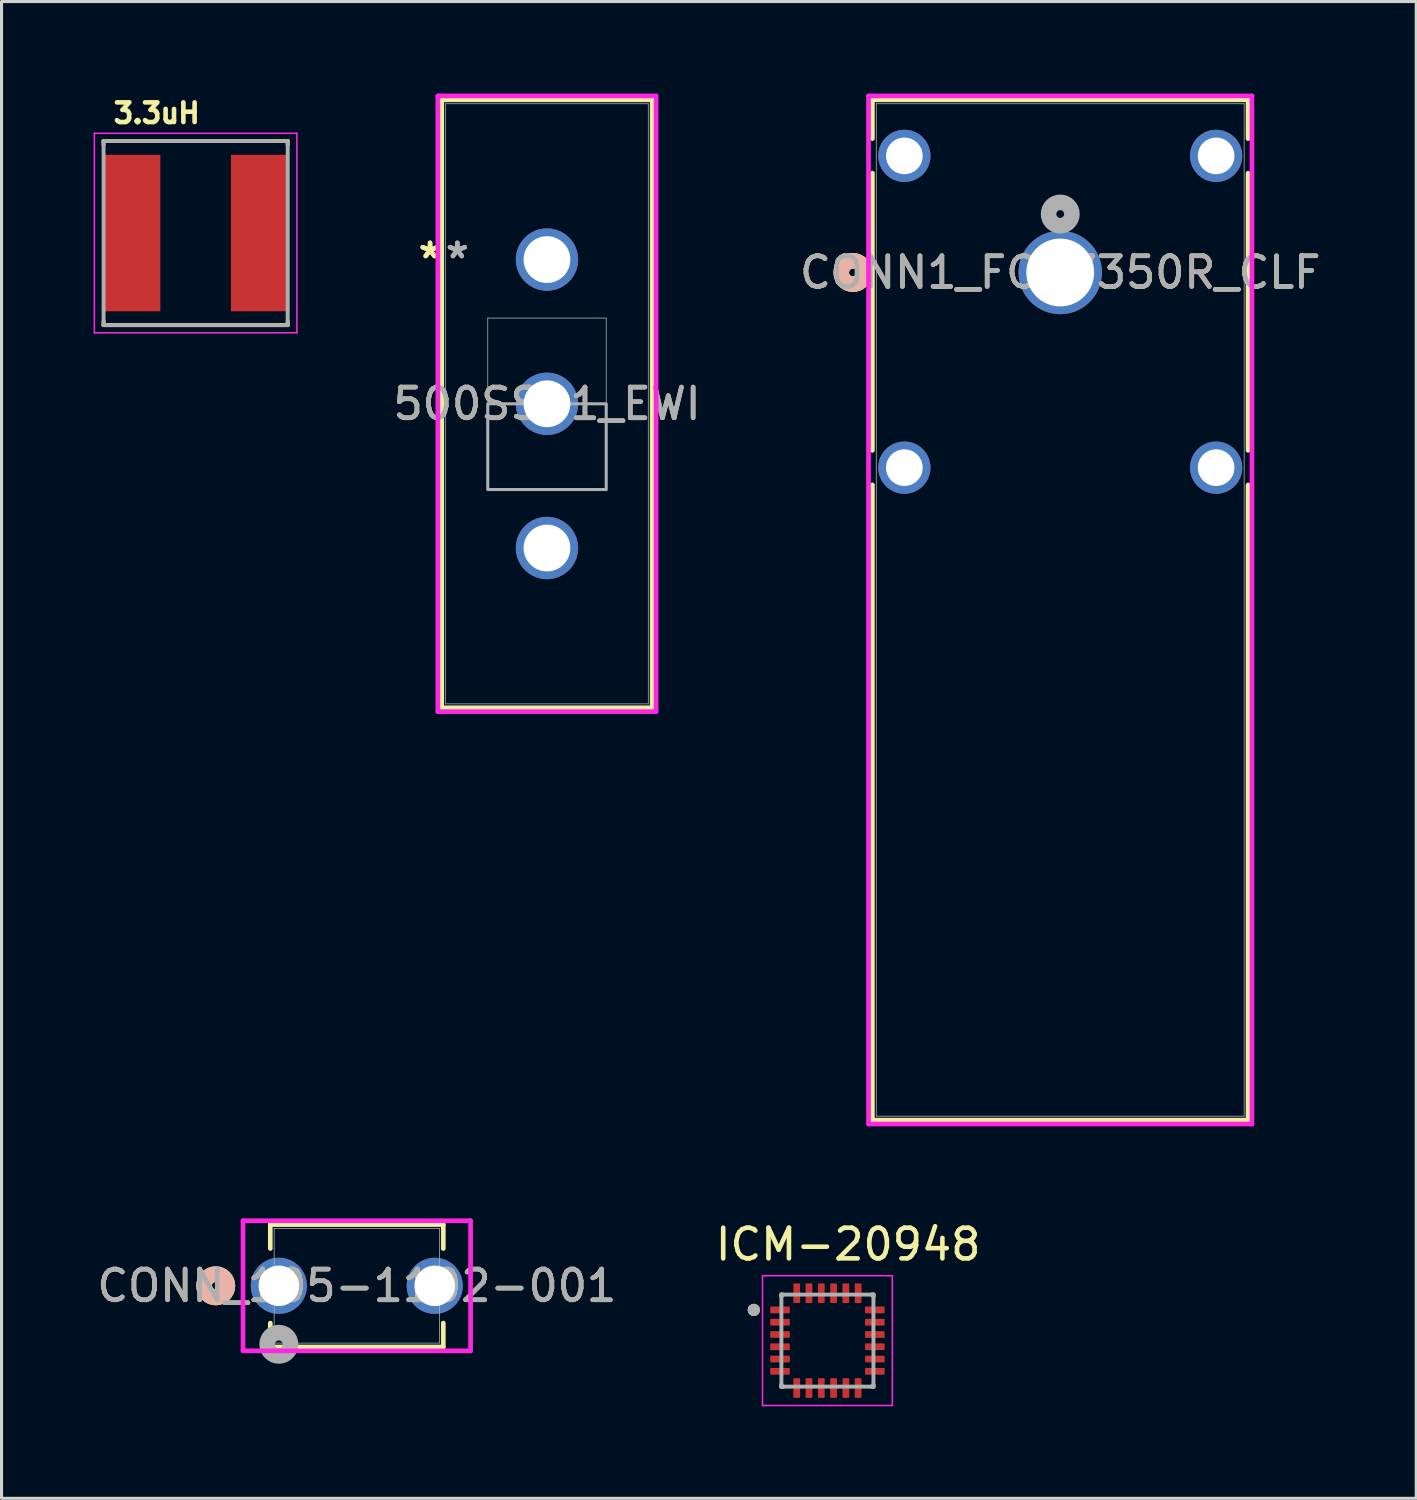
<source format=kicad_pcb>
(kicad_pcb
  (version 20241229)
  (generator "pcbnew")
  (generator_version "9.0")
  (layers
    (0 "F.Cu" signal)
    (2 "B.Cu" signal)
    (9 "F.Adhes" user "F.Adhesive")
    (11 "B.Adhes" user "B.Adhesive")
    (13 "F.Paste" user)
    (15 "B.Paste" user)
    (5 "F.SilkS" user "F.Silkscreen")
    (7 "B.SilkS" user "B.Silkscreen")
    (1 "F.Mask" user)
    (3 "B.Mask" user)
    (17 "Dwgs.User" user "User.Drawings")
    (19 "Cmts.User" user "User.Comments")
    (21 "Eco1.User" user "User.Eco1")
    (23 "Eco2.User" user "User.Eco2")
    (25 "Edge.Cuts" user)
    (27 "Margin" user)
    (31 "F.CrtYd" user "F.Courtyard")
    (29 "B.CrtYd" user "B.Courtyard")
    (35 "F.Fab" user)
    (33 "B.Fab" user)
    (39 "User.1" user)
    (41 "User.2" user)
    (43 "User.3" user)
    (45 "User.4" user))
  (footprint "CONN_105-1102-001"
    (layer "F.Cu")
    (at 6.037 38.852)
    (property "Reference" "CONN_105-1102-001" (at 2.54 0 0) (unlocked yes) (layer "F.SilkS") (effects (font (size 1 1) (thickness 0.15))))
    (attr through_hole)
    (fp_line (start -0.279 -1.994) (end -0.279 -1.215) (stroke (width 0.152) (type solid)) (layer "F.SilkS"))
    (fp_line (start -0.279 1.215) (end -0.279 1.994) (stroke (width 0.152) (type solid)) (layer "F.SilkS"))
    (fp_line (start -0.279 1.994) (end 5.359 1.994) (stroke (width 0.152) (type solid)) (layer "F.SilkS"))
    (fp_line (start 5.359 -1.994) (end -0.279 -1.994) (stroke (width 0.152) (type solid)) (layer "F.SilkS"))
    (fp_line (start 5.359 -1.215) (end 5.359 -1.994) (stroke (width 0.152) (type solid)) (layer "F.SilkS"))
    (fp_line (start 5.359 1.994) (end 5.359 1.215) (stroke (width 0.152) (type solid)) (layer "F.SilkS"))
    (fp_circle (center -2.057 0) (end -1.676 0) (stroke (width 0.508) (type solid)) (fill no) (layer "F.SilkS"))
    (fp_circle (center -2.057 0) (end -1.676 0) (stroke (width 0.508) (type solid)) (fill no) (layer "B.SilkS"))
    (fp_line (start -1.168 -2.121) (end -1.168 2.121) (stroke (width 0.152) (type solid)) (layer "F.CrtYd"))
    (fp_line (start -1.168 2.121) (end 6.248 2.121) (stroke (width 0.152) (type solid)) (layer "F.CrtYd"))
    (fp_line (start 6.248 -2.121) (end -1.168 -2.121) (stroke (width 0.152) (type solid)) (layer "F.CrtYd"))
    (fp_line (start 6.248 2.121) (end 6.248 -2.121) (stroke (width 0.152) (type solid)) (layer "F.CrtYd"))
    (fp_line (start -0.152 -1.867) (end -0.152 1.867) (stroke (width 0.025) (type solid)) (layer "F.Fab"))
    (fp_line (start -0.152 1.867) (end 5.232 1.867) (stroke (width 0.025) (type solid)) (layer "F.Fab"))
    (fp_line (start 5.232 -1.867) (end -0.152 -1.867) (stroke (width 0.025) (type solid)) (layer "F.Fab"))
    (fp_line (start 5.232 1.867) (end 5.232 -1.867) (stroke (width 0.025) (type solid)) (layer "F.Fab"))
    (fp_circle (center 0 1.905) (end 0.381 1.905) (stroke (width 0.508) (type solid)) (fill no) (layer "F.Fab"))
    (fp_text user "${REFERENCE}" (at 2.54 0 0) (unlocked yes) (layer "F.Fab") (effects (font (size 1 1) (thickness 0.15))))
    (pad "1" thru_hole circle (at 0 0) (size 1.829 1.829) (drill 1.321) (layers "*.Cu" "*.Mask"))
    (pad "2" thru_hole circle (at 5.08 0) (size 1.829 1.829) (drill 1.321) (layers "*.Cu" "*.Mask")))
  (footprint "500SSP1_EWI"
    (layer "F.Cu")
    (at 14.775 5.409)
    (property "Reference" "500SSP1_EWI" (at 0 4.7 0) (unlocked yes) (layer "F.SilkS") (effects (font (size 1 1) (thickness 0.15))))
    (attr through_hole)
    (fp_line (start -3.429 -5.206) (end -3.429 14.606) (stroke (width 0.152) (type solid)) (layer "F.SilkS"))
    (fp_line (start -3.429 14.606) (end 3.429 14.606) (stroke (width 0.152) (type solid)) (layer "F.SilkS"))
    (fp_line (start 3.429 -5.206) (end -3.429 -5.206) (stroke (width 0.152) (type solid)) (layer "F.SilkS"))
    (fp_line (start 3.429 14.606) (end 3.429 -5.206) (stroke (width 0.152) (type solid)) (layer "F.SilkS"))
    (fp_line (start -3.556 -5.333) (end -3.556 14.733) (stroke (width 0.152) (type solid)) (layer "F.CrtYd"))
    (fp_line (start -3.556 14.733) (end 3.556 14.733) (stroke (width 0.152) (type solid)) (layer "F.CrtYd"))
    (fp_line (start 3.556 -5.333) (end -3.556 -5.333) (stroke (width 0.152) (type solid)) (layer "F.CrtYd"))
    (fp_line (start 3.556 14.733) (end 3.556 -5.333) (stroke (width 0.152) (type solid)) (layer "F.CrtYd"))
    (fp_line (start -3.302 -5.079) (end -3.302 14.479) (stroke (width 0.025) (type solid)) (layer "F.Fab"))
    (fp_line (start -3.302 14.479) (end 3.302 14.479) (stroke (width 0.025) (type solid)) (layer "F.Fab"))
    (fp_line (start -1.93 1.906) (end 1.93 1.906) (stroke (width 0.025) (type solid)) (layer "F.Fab"))
    (fp_line (start -1.93 7.494) (end -1.93 1.906) (stroke (width 0.025) (type solid)) (layer "F.Fab"))
    (fp_line (start 1.93 1.906) (end 1.93 7.494) (stroke (width 0.025) (type solid)) (layer "F.Fab"))
    (fp_line (start 1.93 7.494) (end -1.93 7.494) (stroke (width 0.025) (type solid)) (layer "F.Fab"))
    (fp_line (start 3.302 -5.079) (end -3.302 -5.079) (stroke (width 0.025) (type solid)) (layer "F.Fab"))
    (fp_line (start 3.302 14.479) (end 3.302 -5.079) (stroke (width 0.025) (type solid)) (layer "F.Fab"))
    (fp_poly (pts (xy -1.93 7.494) (xy -1.93 4.7) (xy 1.93 4.7) (xy 1.93 7.494)) (stroke (width 0.1) (type solid)) (fill no) (layer "F.Fab"))
    (fp_text user "*" (at -3.81 0 0) (unlocked yes) (layer "F.SilkS") (effects (font (size 1 1) (thickness 0.15))))
    (fp_text user "*" (at -3.81 0 0) (layer "F.SilkS") (effects (font (size 1 1) (thickness 0.15))))
    (fp_text user "*" (at -2.921 0 0) (layer "F.Fab") (effects (font (size 1 1) (thickness 0.15))))
    (fp_text user "*" (at -2.921 0 0) (unlocked yes) (layer "F.Fab") (effects (font (size 1 1) (thickness 0.15))))
    (fp_text user "${REFERENCE}" (at 0 4.7 0) (unlocked yes) (layer "F.Fab") (effects (font (size 1 1) (thickness 0.15))))
    (pad "1" thru_hole circle (at 0 0) (size 2.032 2.032) (drill 1.524) (layers "*.Cu" "*.Mask"))
    (pad "2" thru_hole circle (at 0 4.7) (size 2.032 2.032) (drill 1.524) (layers "*.Cu" "*.Mask"))
    (pad "3" thru_hole circle (at 0 9.4) (size 2.032 2.032) (drill 1.524) (layers "*.Cu" "*.Mask")))
  (footprint "CONN1_FCR7350R_CLF"
    (layer "F.Cu")
    (at 31.501 5.83)
    (property "Reference" "CONN1_FCR7350R_CLF" (at 0 0 0) (unlocked yes) (layer "F.SilkS") (effects (font (size 1 1) (thickness 0.15))))
    (attr through_hole)
    (fp_line (start -6.121 -5.627) (end -6.121 -4.363) (stroke (width 0.152) (type solid)) (layer "F.SilkS"))
    (fp_line (start -6.121 -3.237) (end -6.121 5.797) (stroke (width 0.152) (type solid)) (layer "F.SilkS"))
    (fp_line (start -6.121 6.923) (end -6.121 27.622) (stroke (width 0.152) (type solid)) (layer "F.SilkS"))
    (fp_line (start -6.121 27.622) (end 6.121 27.622) (stroke (width 0.152) (type solid)) (layer "F.SilkS"))
    (fp_line (start 6.121 -5.627) (end -6.121 -5.627) (stroke (width 0.152) (type solid)) (layer "F.SilkS"))
    (fp_line (start 6.121 -4.363) (end 6.121 -5.627) (stroke (width 0.152) (type solid)) (layer "F.SilkS"))
    (fp_line (start 6.121 5.797) (end 6.121 -3.237) (stroke (width 0.152) (type solid)) (layer "F.SilkS"))
    (fp_line (start 6.121 27.622) (end 6.121 6.923) (stroke (width 0.152) (type solid)) (layer "F.SilkS"))
    (fp_circle (center -6.756 0) (end -6.375 0) (stroke (width 0.508) (type solid)) (fill no) (layer "F.SilkS"))
    (fp_circle (center -6.756 0) (end -6.375 0) (stroke (width 0.508) (type solid)) (fill no) (layer "B.SilkS"))
    (fp_line (start -6.248 -5.754) (end -6.248 27.749) (stroke (width 0.152) (type solid)) (layer "F.CrtYd"))
    (fp_line (start -6.248 27.749) (end 6.248 27.749) (stroke (width 0.152) (type solid)) (layer "F.CrtYd"))
    (fp_line (start 6.248 -5.754) (end -6.248 -5.754) (stroke (width 0.152) (type solid)) (layer "F.CrtYd"))
    (fp_line (start 6.248 27.749) (end 6.248 -5.754) (stroke (width 0.152) (type solid)) (layer "F.CrtYd"))
    (fp_line (start -5.994 -5.5) (end -5.994 27.495) (stroke (width 0.025) (type solid)) (layer "F.Fab"))
    (fp_line (start -5.994 27.495) (end 5.994 27.495) (stroke (width 0.025) (type solid)) (layer "F.Fab"))
    (fp_line (start 5.994 -5.5) (end -5.994 -5.5) (stroke (width 0.025) (type solid)) (layer "F.Fab"))
    (fp_line (start 5.994 27.495) (end 5.994 -5.5) (stroke (width 0.025) (type solid)) (layer "F.Fab"))
    (fp_circle (center 0 -1.905) (end 0.381 -1.905) (stroke (width 0.508) (type solid)) (fill no) (layer "F.Fab"))
    (fp_text user "${REFERENCE}" (at 0 0 0) (unlocked yes) (layer "F.Fab") (effects (font (size 1 1) (thickness 0.15))))
    (pad "1" thru_hole circle (at 0 0) (size 2.718 2.718) (drill 2.21) (layers "*.Cu" "*.Mask"))
    (pad "2" thru_hole circle (at -5.08 -3.8 90) (size 1.702 1.702) (drill 1.194) (layers "*.Cu" "*.Mask"))
    (pad "3" thru_hole circle (at 5.08 -3.8 90) (size 1.702 1.702) (drill 1.194) (layers "*.Cu" "*.Mask"))
    (pad "4" thru_hole circle (at -5.08 6.36 90) (size 1.702 1.702) (drill 1.194) (layers "*.Cu" "*.Mask"))
    (pad "5" thru_hole circle (at 5.08 6.36 90) (size 1.702 1.702) (drill 1.194) (layers "*.Cu" "*.Mask")))
  (footprint "ICM-20948"
    (layer "F.Cu")
    (at 23.914 40.638)
    (property "Reference" "ICM-20948" (at 0.675 -3.135 0) (layer "F.SilkS") (effects (font (size 1 1) (thickness 0.15))))
    (attr smd)
    (fp_line (start -1.5 -1.5) (end -1.5 -1.43) (stroke (width 0.127) (type solid)) (layer "F.SilkS"))
    (fp_line (start -1.5 1.43) (end -1.5 1.5) (stroke (width 0.127) (type solid)) (layer "F.SilkS"))
    (fp_line (start -1.5 1.5) (end -1.43 1.5) (stroke (width 0.127) (type solid)) (layer "F.SilkS"))
    (fp_line (start -1.43 -1.5) (end -1.5 -1.5) (stroke (width 0.127) (type solid)) (layer "F.SilkS"))
    (fp_line (start 1.43 1.5) (end 1.5 1.5) (stroke (width 0.127) (type solid)) (layer "F.SilkS"))
    (fp_line (start 1.5 -1.5) (end 1.43 -1.5) (stroke (width 0.127) (type solid)) (layer "F.SilkS"))
    (fp_line (start 1.5 -1.43) (end 1.5 -1.5) (stroke (width 0.127) (type solid)) (layer "F.SilkS"))
    (fp_line (start 1.5 1.5) (end 1.5 1.43) (stroke (width 0.127) (type solid)) (layer "F.SilkS"))
    (fp_circle (center -2.4 -1) (end -2.3 -1) (stroke (width 0.2) (type solid)) (fill no) (layer "F.SilkS"))
    (fp_line (start -2.115 -2.115) (end 2.115 -2.115) (stroke (width 0.05) (type solid)) (layer "F.CrtYd"))
    (fp_line (start -2.115 2.115) (end -2.115 -2.115) (stroke (width 0.05) (type solid)) (layer "F.CrtYd"))
    (fp_line (start 2.115 -2.115) (end 2.115 2.115) (stroke (width 0.05) (type solid)) (layer "F.CrtYd"))
    (fp_line (start 2.115 2.115) (end -2.115 2.115) (stroke (width 0.05) (type solid)) (layer "F.CrtYd"))
    (fp_line (start -1.5 -1.5) (end 1.5 -1.5) (stroke (width 0.127) (type solid)) (layer "F.Fab"))
    (fp_line (start -1.5 1.5) (end -1.5 -1.5) (stroke (width 0.127) (type solid)) (layer "F.Fab"))
    (fp_line (start 1.5 -1.5) (end 1.5 1.5) (stroke (width 0.127) (type solid)) (layer "F.Fab"))
    (fp_line (start 1.5 1.5) (end -1.5 1.5) (stroke (width 0.127) (type solid)) (layer "F.Fab"))
    (fp_circle (center -2.4 -1) (end -2.3 -1) (stroke (width 0.2) (type solid)) (fill no) (layer "F.Fab"))
    (pad "1" smd roundrect (at -1.545 -1) (size 0.64 0.22) (layers "F.Cu" "F.Mask" "F.Paste") (roundrect_rratio 0.125))
    (pad "2" smd roundrect (at -1.545 -0.6) (size 0.64 0.22) (layers "F.Cu" "F.Mask" "F.Paste") (roundrect_rratio 0.125))
    (pad "3" smd roundrect (at -1.545 -0.2) (size 0.64 0.22) (layers "F.Cu" "F.Mask" "F.Paste") (roundrect_rratio 0.125))
    (pad "4" smd roundrect (at -1.545 0.2) (size 0.64 0.22) (layers "F.Cu" "F.Mask" "F.Paste") (roundrect_rratio 0.125))
    (pad "5" smd roundrect (at -1.545 0.6) (size 0.64 0.22) (layers "F.Cu" "F.Mask" "F.Paste") (roundrect_rratio 0.125))
    (pad "6" smd roundrect (at -1.545 1) (size 0.64 0.22) (layers "F.Cu" "F.Mask" "F.Paste") (roundrect_rratio 0.125))
    (pad "7" smd roundrect (at -1 1.545) (size 0.22 0.64) (layers "F.Cu" "F.Mask" "F.Paste") (roundrect_rratio 0.125))
    (pad "8" smd roundrect (at -0.6 1.545) (size 0.22 0.64) (layers "F.Cu" "F.Mask" "F.Paste") (roundrect_rratio 0.125))
    (pad "9" smd roundrect (at -0.2 1.545) (size 0.22 0.64) (layers "F.Cu" "F.Mask" "F.Paste") (roundrect_rratio 0.125))
    (pad "10" smd roundrect (at 0.2 1.545) (size 0.22 0.64) (layers "F.Cu" "F.Mask" "F.Paste") (roundrect_rratio 0.125))
    (pad "11" smd roundrect (at 0.6 1.545) (size 0.22 0.64) (layers "F.Cu" "F.Mask" "F.Paste") (roundrect_rratio 0.125))
    (pad "12" smd roundrect (at 1 1.545) (size 0.22 0.64) (layers "F.Cu" "F.Mask" "F.Paste") (roundrect_rratio 0.125))
    (pad "13" smd roundrect (at 1.545 1) (size 0.64 0.22) (layers "F.Cu" "F.Mask" "F.Paste") (roundrect_rratio 0.125))
    (pad "14" smd roundrect (at 1.545 0.6) (size 0.64 0.22) (layers "F.Cu" "F.Mask" "F.Paste") (roundrect_rratio 0.125))
    (pad "15" smd roundrect (at 1.545 0.2) (size 0.64 0.22) (layers "F.Cu" "F.Mask" "F.Paste") (roundrect_rratio 0.125))
    (pad "16" smd roundrect (at 1.545 -0.2) (size 0.64 0.22) (layers "F.Cu" "F.Mask" "F.Paste") (roundrect_rratio 0.125))
    (pad "17" smd roundrect (at 1.545 -0.6) (size 0.64 0.22) (layers "F.Cu" "F.Mask" "F.Paste") (roundrect_rratio 0.125))
    (pad "18" smd roundrect (at 1.545 -1) (size 0.64 0.22) (layers "F.Cu" "F.Mask" "F.Paste") (roundrect_rratio 0.125))
    (pad "19" smd roundrect (at 1 -1.545) (size 0.22 0.64) (layers "F.Cu" "F.Mask" "F.Paste") (roundrect_rratio 0.125))
    (pad "20" smd roundrect (at 0.6 -1.545) (size 0.22 0.64) (layers "F.Cu" "F.Mask" "F.Paste") (roundrect_rratio 0.125))
    (pad "21" smd roundrect (at 0.2 -1.545) (size 0.22 0.64) (layers "F.Cu" "F.Mask" "F.Paste") (roundrect_rratio 0.125))
    (pad "22" smd roundrect (at -0.2 -1.545) (size 0.22 0.64) (layers "F.Cu" "F.Mask" "F.Paste") (roundrect_rratio 0.125))
    (pad "23" smd roundrect (at -0.6 -1.545) (size 0.22 0.64) (layers "F.Cu" "F.Mask" "F.Paste") (roundrect_rratio 0.125))
    (pad "24" smd roundrect (at -1 -1.545) (size 0.22 0.64) (layers "F.Cu" "F.Mask" "F.Paste") (roundrect_rratio 0.125))
    (zone (net_name "") (layer "F.Cu") (hatch full 0.508) (connect_pads) (min_thickness 0.01) (filled_areas_thickness no) (keepout (tracks not_allowed) (vias not_allowed) (pads not_allowed) (copperpour not_allowed) (footprints allowed)) (placement (enabled no)) (fill) (polygon (pts (xy 23.064 39.868) (xy 24.764 39.868) (xy 24.764 41.408) (xy 23.064 41.408))))
    (zone (net_name "") (layers "F.Cu" "B.Cu") (hatch full 0.508) (connect_pads) (min_thickness 0.01) (filled_areas_thickness no) (keepout (tracks allowed) (vias not_allowed) (pads allowed) (copperpour allowed) (footprints allowed)) (placement (enabled no)) (fill) (polygon (pts (xy 23.064 39.868) (xy 24.764 39.868) (xy 24.764 41.408) (xy 23.064 41.408)))))
  (footprint "3.3uH"
    (layer "F.Cu")
    (at 3.325 4.544)
    (property "Reference" "3.3uH" (at -1.268 -3.906 0) (layer "F.SilkS") (effects (font (size 0.64 0.64) (thickness 0.15))))
    (attr smd)
    (fp_line (start -3 -3) (end -3 -2.87) (stroke (width 0.127) (type solid)) (layer "F.SilkS"))
    (fp_line (start -3 -3) (end 3 -3) (stroke (width 0.127) (type solid)) (layer "F.SilkS"))
    (fp_line (start -3 3) (end -3 2.87) (stroke (width 0.127) (type solid)) (layer "F.SilkS"))
    (fp_line (start -3 3) (end 3 3) (stroke (width 0.127) (type solid)) (layer "F.SilkS"))
    (fp_line (start 3 -3) (end 3 -2.87) (stroke (width 0.127) (type solid)) (layer "F.SilkS"))
    (fp_line (start 3 3) (end 3 2.87) (stroke (width 0.127) (type solid)) (layer "F.SilkS"))
    (fp_line (start -3.3 -3.25) (end -3.3 3.25) (stroke (width 0.05) (type solid)) (layer "F.CrtYd"))
    (fp_line (start -3.3 3.25) (end 3.3 3.25) (stroke (width 0.05) (type solid)) (layer "F.CrtYd"))
    (fp_line (start 3.3 -3.25) (end -3.3 -3.25) (stroke (width 0.05) (type solid)) (layer "F.CrtYd"))
    (fp_line (start 3.3 3.25) (end 3.3 -3.25) (stroke (width 0.05) (type solid)) (layer "F.CrtYd"))
    (fp_line (start -3 -3) (end -3 3) (stroke (width 0.127) (type solid)) (layer "F.Fab"))
    (fp_line (start -3 -3) (end 3 -3) (stroke (width 0.127) (type solid)) (layer "F.Fab"))
    (fp_line (start -3 3) (end 3 3) (stroke (width 0.127) (type solid)) (layer "F.Fab"))
    (fp_line (start 3 -3) (end 3 3) (stroke (width 0.127) (type solid)) (layer "F.Fab"))
    (pad "1" smd rect (at -2.1 0) (size 1.9 5.1) (layers "F.Cu" "F.Mask" "F.Paste"))
    (pad "2" smd rect (at 2.1 0) (size 1.9 5.1) (layers "F.Cu" "F.Mask" "F.Paste")))
  (gr_rect
    (start -3 -3)
    (end 43.102 45.778)
    (stroke (width 0.1) (type default))
    (fill no)
    (layer "Edge.Cuts")))
</source>
